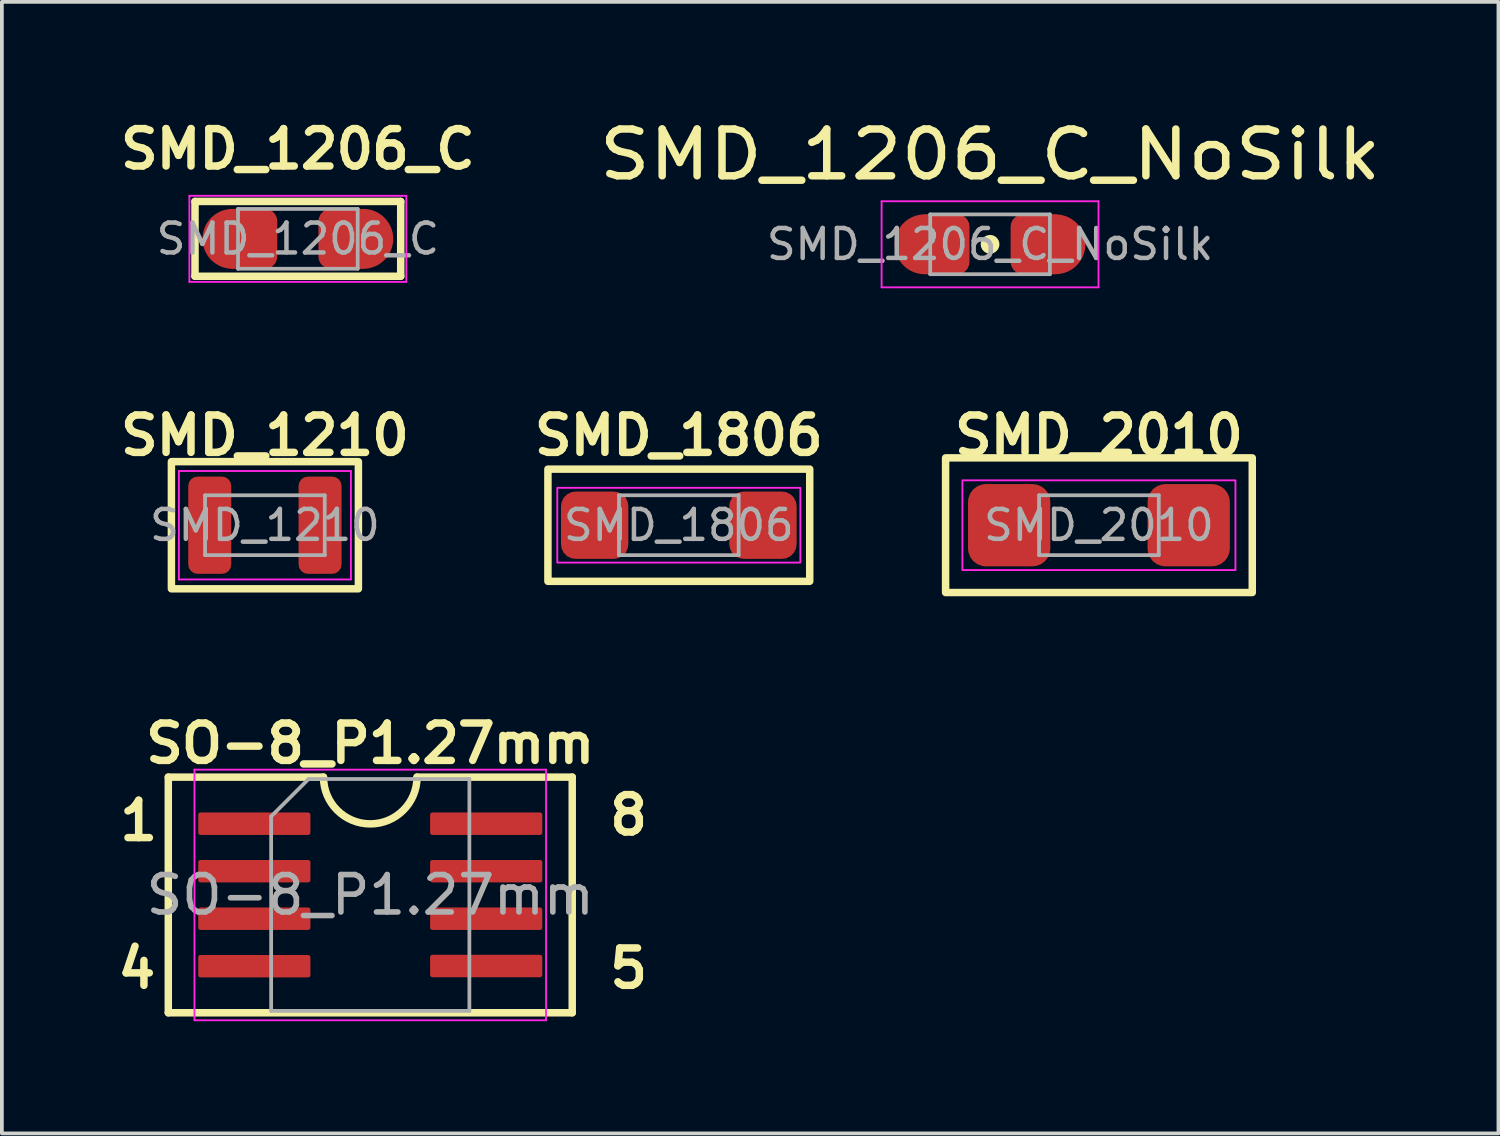
<source format=kicad_pcb>
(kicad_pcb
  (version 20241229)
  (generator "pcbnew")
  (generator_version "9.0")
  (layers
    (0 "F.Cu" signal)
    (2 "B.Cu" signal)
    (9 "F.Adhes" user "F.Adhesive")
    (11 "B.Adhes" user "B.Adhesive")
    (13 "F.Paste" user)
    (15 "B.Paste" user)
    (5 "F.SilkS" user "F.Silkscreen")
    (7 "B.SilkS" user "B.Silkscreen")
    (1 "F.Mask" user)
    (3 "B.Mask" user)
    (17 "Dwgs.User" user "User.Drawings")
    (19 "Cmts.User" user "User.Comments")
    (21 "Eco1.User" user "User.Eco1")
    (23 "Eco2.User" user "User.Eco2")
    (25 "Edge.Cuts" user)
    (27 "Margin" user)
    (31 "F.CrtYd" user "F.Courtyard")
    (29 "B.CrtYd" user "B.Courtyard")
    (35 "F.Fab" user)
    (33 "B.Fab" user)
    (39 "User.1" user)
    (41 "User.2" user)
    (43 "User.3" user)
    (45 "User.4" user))
  (footprint "SMD_1210"
    (layer "F.Cu")
    (at 4.033 10.993)
    (property "Reference" "SMD_1210" (at 0 -2.4 0) (unlocked yes) (layer "F.SilkS") (effects (font (size 1 1) (thickness 0.2) (bold yes))))
    (attr smd)
    (fp_rect (start -2.5 -1.7) (end 2.5 1.7) (stroke (width 0.2) (type default)) (fill no) (layer "F.SilkS"))
    (fp_line (start -2.3 -1.45) (end 2.3 -1.45) (stroke (width 0.05) (type solid)) (layer "F.CrtYd"))
    (fp_line (start -2.3 1.45) (end -2.3 -1.45) (stroke (width 0.05) (type solid)) (layer "F.CrtYd"))
    (fp_line (start 2.3 -1.45) (end 2.3 1.45) (stroke (width 0.05) (type solid)) (layer "F.CrtYd"))
    (fp_line (start 2.3 1.45) (end -2.3 1.45) (stroke (width 0.05) (type solid)) (layer "F.CrtYd"))
    (fp_line (start -1.6 -0.8) (end 1.6 -0.8) (stroke (width 0.1) (type solid)) (layer "F.Fab"))
    (fp_line (start -1.6 0.8) (end -1.6 -0.8) (stroke (width 0.1) (type solid)) (layer "F.Fab"))
    (fp_line (start 1.6 -0.8) (end 1.6 0.8) (stroke (width 0.1) (type solid)) (layer "F.Fab"))
    (fp_line (start 1.6 0.8) (end -1.6 0.8) (stroke (width 0.1) (type solid)) (layer "F.Fab"))
    (fp_text user "${REFERENCE}" (at 0 0 0) (layer "F.Fab") (effects (font (size 0.8 0.8) (thickness 0.12))))
    (pad "1" smd roundrect (at -1.475 0) (size 1.15 2.6) (layers "F.Cu" "F.Mask" "F.Paste") (roundrect_rratio 0.217))
    (pad "2" smd roundrect (at 1.475 0) (size 1.15 2.6) (layers "F.Cu" "F.Mask" "F.Paste") (roundrect_rratio 0.217)))
  (footprint "SMD_1206_C"
    (layer "F.Cu")
    (at 4.914 3.336)
    (property "Reference" "SMD_1206_C" (at 0 -2.4 0) (unlocked yes) (layer "F.SilkS") (effects (font (size 1 1) (thickness 0.2))))
    (attr smd)
    (fp_line (start -2.75 -1) (end -2.75 1) (stroke (width 0.2) (type default)) (layer "F.SilkS"))
    (fp_line (start -2.75 -1) (end 2.75 -1) (stroke (width 0.2) (type solid)) (layer "F.SilkS"))
    (fp_line (start -2.75 1) (end 2.75 1) (stroke (width 0.2) (type solid)) (layer "F.SilkS"))
    (fp_line (start 2.75 -1) (end 2.75 1) (stroke (width 0.2) (type default)) (layer "F.SilkS"))
    (fp_line (start -2.9 -1.15) (end 2.9 -1.15) (stroke (width 0.05) (type solid)) (layer "F.CrtYd"))
    (fp_line (start -2.9 1.15) (end -2.9 -1.15) (stroke (width 0.05) (type solid)) (layer "F.CrtYd"))
    (fp_line (start 2.9 -1.15) (end 2.9 1.15) (stroke (width 0.05) (type solid)) (layer "F.CrtYd"))
    (fp_line (start 2.9 1.15) (end -2.9 1.15) (stroke (width 0.05) (type solid)) (layer "F.CrtYd"))
    (fp_line (start -1.6 -0.8) (end 1.6 -0.8) (stroke (width 0.1) (type solid)) (layer "F.Fab"))
    (fp_line (start -1.6 0.8) (end -1.6 -0.8) (stroke (width 0.1) (type solid)) (layer "F.Fab"))
    (fp_line (start 1.6 -0.8) (end 1.6 0.8) (stroke (width 0.1) (type solid)) (layer "F.Fab"))
    (fp_line (start 1.6 0.8) (end -1.6 0.8) (stroke (width 0.1) (type solid)) (layer "F.Fab"))
    (fp_text user "${REFERENCE}" (at 0 0 0) (layer "F.Fab") (effects (font (size 0.8 0.8) (thickness 0.12))))
    (pad "1" smd circle (at -1.75 0) (size 1.6 1.6) (layers "F.Cu" "F.Mask" "F.Paste"))
    (pad "1" smd roundrect (at -1.3 0) (size 1.5 1.6) (layers "F.Cu" "F.Mask" "F.Paste") (roundrect_rratio 0.217))
    (pad "2" smd roundrect (at 1.3 0) (size 1.5 1.6) (layers "F.Cu" "F.Mask" "F.Paste") (roundrect_rratio 0.217))
    (pad "2" smd circle (at 1.75 0) (size 1.6 1.6) (layers "F.Cu" "F.Mask" "F.Paste")))
  (footprint "SMD_1806"
    (layer "F.Cu")
    (at 15.1 10.993)
    (property "Reference" "SMD_1806" (at 0 -2.4 0) (unlocked yes) (layer "F.SilkS") (effects (font (size 1 1) (thickness 0.2) (bold yes))))
    (attr smd)
    (fp_rect (start -3.5 -1.5) (end 3.5 1.5) (stroke (width 0.2) (type default)) (fill no) (layer "F.SilkS"))
    (fp_rect (start -3.25 -1) (end 3.25 1) (stroke (width 0.05) (type default)) (fill no) (layer "F.CrtYd"))
    (fp_line (start -1.6 -0.8) (end 1.6 -0.8) (stroke (width 0.1) (type solid)) (layer "F.Fab"))
    (fp_line (start -1.6 0.8) (end -1.6 -0.8) (stroke (width 0.1) (type solid)) (layer "F.Fab"))
    (fp_line (start 1.6 -0.8) (end 1.6 0.8) (stroke (width 0.1) (type solid)) (layer "F.Fab"))
    (fp_line (start 1.6 0.8) (end -1.6 0.8) (stroke (width 0.1) (type solid)) (layer "F.Fab"))
    (fp_text user "${REFERENCE}" (at 0 0 0) (layer "F.Fab") (effects (font (size 0.8 0.8) (thickness 0.12))))
    (pad "1" smd roundrect (at -2.25 0) (size 1.8 1.8) (layers "F.Cu" "F.Mask" "F.Paste") (roundrect_rratio 0.217))
    (pad "2" smd roundrect (at 2.25 0) (size 1.8 1.8) (layers "F.Cu" "F.Mask" "F.Paste") (roundrect_rratio 0.217)))
  (footprint "SO-8_P1.27mm"
    (layer "F.Cu")
    (at 6.85 20.879)
    (property "Reference" "SO-8_P1.27mm" (at 0 -4.05 0) (layer "F.SilkS") (effects (font (size 1 1) (thickness 0.2) (bold yes))))
    (attr smd)
    (fp_line (start -5.4 -3.15) (end -1.25 -3.15) (stroke (width 0.2) (type default)) (layer "F.SilkS"))
    (fp_line (start -5.4 3.15) (end -5.4 -3.15) (stroke (width 0.2) (type default)) (layer "F.SilkS"))
    (fp_line (start 1.25 -3.15) (end 5.4 -3.15) (stroke (width 0.2) (type default)) (layer "F.SilkS"))
    (fp_line (start 5.4 -3.15) (end 5.4 3.15) (stroke (width 0.2) (type default)) (layer "F.SilkS"))
    (fp_line (start 5.4 3.15) (end -5.4 3.15) (stroke (width 0.2) (type default)) (layer "F.SilkS"))
    (fp_arc (start 1.25 -3.15) (mid 0 -1.9) (end -1.25 -3.15) (stroke (width 0.2) (type default)) (layer "F.SilkS"))
    (fp_line (start -4.7 -3.35) (end -4.7 3.35) (stroke (width 0.05) (type solid)) (layer "F.CrtYd"))
    (fp_line (start -4.7 3.35) (end 4.7 3.35) (stroke (width 0.05) (type solid)) (layer "F.CrtYd"))
    (fp_line (start 4.7 -3.35) (end -4.7 -3.35) (stroke (width 0.05) (type solid)) (layer "F.CrtYd"))
    (fp_line (start 4.7 3.35) (end 4.7 -3.35) (stroke (width 0.05) (type solid)) (layer "F.CrtYd"))
    (fp_line (start -2.65 -2.1) (end -1.65 -3.1) (stroke (width 0.1) (type solid)) (layer "F.Fab"))
    (fp_line (start -2.65 3.1) (end -2.65 -2.1) (stroke (width 0.1) (type solid)) (layer "F.Fab"))
    (fp_line (start -1.65 -3.1) (end 2.65 -3.1) (stroke (width 0.1) (type solid)) (layer "F.Fab"))
    (fp_line (start 2.65 -3.1) (end 2.65 3.1) (stroke (width 0.1) (type solid)) (layer "F.Fab"))
    (fp_line (start 2.65 3.1) (end -2.65 3.1) (stroke (width 0.1) (type solid)) (layer "F.Fab"))
    (fp_text user "1" (at -6.8 -1.4 0) (unlocked yes) (layer "F.SilkS") (effects (font (size 1 1) (thickness 0.2) (bold yes)) (justify left bottom)))
    (fp_text user "8" (at 6.3 -1.55 0) (unlocked yes) (layer "F.SilkS") (effects (font (size 1 1) (thickness 0.2) (bold yes)) (justify left bottom)))
    (fp_text user "5" (at 6.3 2.55 0) (unlocked yes) (layer "F.SilkS") (effects (font (size 1 1) (thickness 0.2) (bold yes)) (justify left bottom)))
    (fp_text user "4" (at -6.85 2.55 0) (unlocked yes) (layer "F.SilkS") (effects (font (size 1 1) (thickness 0.2) (bold yes)) (justify left bottom)))
    (fp_text user "${REFERENCE}" (at 0 0 0) (layer "F.Fab") (effects (font (size 1 1) (thickness 0.15))))
    (pad "1" smd roundrect (at -3.1 -1.905) (size 3 0.6) (layers "F.Cu" "F.Mask" "F.Paste") (roundrect_rratio 0.1))
    (pad "2" smd roundrect (at -3.1 -0.635) (size 3 0.6) (layers "F.Cu" "F.Mask" "F.Paste") (roundrect_rratio 0.1))
    (pad "3" smd roundrect (at -3.1 0.635) (size 3 0.6) (layers "F.Cu" "F.Mask" "F.Paste") (roundrect_rratio 0.1))
    (pad "4" smd roundrect (at -3.1 1.905) (size 3 0.6) (layers "F.Cu" "F.Mask" "F.Paste") (roundrect_rratio 0.1))
    (pad "5" smd roundrect (at 3.1 1.9) (size 3 0.6) (layers "F.Cu" "F.Mask" "F.Paste") (roundrect_rratio 0.1))
    (pad "6" smd roundrect (at 3.1 0.635) (size 3 0.6) (layers "F.Cu" "F.Mask" "F.Paste") (roundrect_rratio 0.1))
    (pad "7" smd roundrect (at 3.1 -0.635) (size 3 0.6) (layers "F.Cu" "F.Mask" "F.Paste") (roundrect_rratio 0.1))
    (pad "8" smd roundrect (at 3.1 -1.905) (size 3 0.6) (layers "F.Cu" "F.Mask" "F.Paste") (roundrect_rratio 0.1)))
  (footprint "SMD_2010"
    (layer "F.Cu")
    (at 26.333 10.993)
    (property "Reference" "SMD_2010" (at 0 -2.4 0) (unlocked yes) (layer "F.SilkS") (effects (font (size 1 1) (thickness 0.2) (bold yes))))
    (attr smd)
    (fp_rect (start -4.1 -1.8) (end 4.1 1.8) (stroke (width 0.2) (type default)) (fill no) (layer "F.SilkS"))
    (fp_rect (start -3.65 -1.2) (end 3.65 1.2) (stroke (width 0.05) (type default)) (fill no) (layer "F.CrtYd"))
    (fp_line (start -1.6 -0.8) (end 1.6 -0.8) (stroke (width 0.1) (type solid)) (layer "F.Fab"))
    (fp_line (start -1.6 0.8) (end -1.6 -0.8) (stroke (width 0.1) (type solid)) (layer "F.Fab"))
    (fp_line (start 1.6 -0.8) (end 1.6 0.8) (stroke (width 0.1) (type solid)) (layer "F.Fab"))
    (fp_line (start 1.6 0.8) (end -1.6 0.8) (stroke (width 0.1) (type solid)) (layer "F.Fab"))
    (fp_text user "${REFERENCE}" (at 0 0 0) (layer "F.Fab") (effects (font (size 0.8 0.8) (thickness 0.12))))
    (pad "1" smd roundrect (at -2.4 0) (size 2.2 2.2) (layers "F.Cu" "F.Mask" "F.Paste") (roundrect_rratio 0.217))
    (pad "2" smd roundrect (at 2.4 0) (size 2.2 2.2) (layers "F.Cu" "F.Mask" "F.Paste") (roundrect_rratio 0.217)))
  (footprint "SMD_1206_C_NoSilk"
    (layer "F.Cu")
    (at 23.422 3.482)
    (property "Reference" "SMD_1206_C_NoSilk" (at 0 -2.4 0) (unlocked yes) (layer "F.SilkS") (effects (font (size 1.25 1.4) (thickness 0.2))))
    (attr smd)
    (fp_circle (center 0 0) (end 0.15 0) (stroke (width 0.2) (type solid)) (fill yes) (layer "F.SilkS"))
    (fp_line (start -2.9 -1.15) (end 2.9 -1.15) (stroke (width 0.05) (type solid)) (layer "F.CrtYd"))
    (fp_line (start -2.9 1.15) (end -2.9 -1.15) (stroke (width 0.05) (type solid)) (layer "F.CrtYd"))
    (fp_line (start 2.9 -1.15) (end 2.9 1.15) (stroke (width 0.05) (type solid)) (layer "F.CrtYd"))
    (fp_line (start 2.9 1.15) (end -2.9 1.15) (stroke (width 0.05) (type solid)) (layer "F.CrtYd"))
    (fp_line (start -1.6 -0.8) (end 1.6 -0.8) (stroke (width 0.1) (type solid)) (layer "F.Fab"))
    (fp_line (start -1.6 0.8) (end -1.6 -0.8) (stroke (width 0.1) (type solid)) (layer "F.Fab"))
    (fp_line (start 1.6 -0.8) (end 1.6 0.8) (stroke (width 0.1) (type solid)) (layer "F.Fab"))
    (fp_line (start 1.6 0.8) (end -1.6 0.8) (stroke (width 0.1) (type solid)) (layer "F.Fab"))
    (fp_text user "${REFERENCE}" (at 0 0 0) (layer "F.Fab") (effects (font (size 0.8 0.8) (thickness 0.12))))
    (pad "1" smd circle (at -1.75 0) (size 1.6 1.6) (layers "F.Cu" "F.Mask" "F.Paste"))
    (pad "1" smd roundrect (at -1.3 0) (size 1.5 1.6) (layers "F.Cu" "F.Mask" "F.Paste") (roundrect_rratio 0.217))
    (pad "2" smd roundrect (at 1.3 0) (size 1.5 1.6) (layers "F.Cu" "F.Mask" "F.Paste") (roundrect_rratio 0.217))
    (pad "2" smd circle (at 1.75 0) (size 1.6 1.6) (layers "F.Cu" "F.Mask" "F.Paste")))
  (gr_rect
    (start -3 -3)
    (end 37.015 27.254)
    (stroke (width 0.1) (type default))
    (fill no)
    (layer "Edge.Cuts")))
</source>
